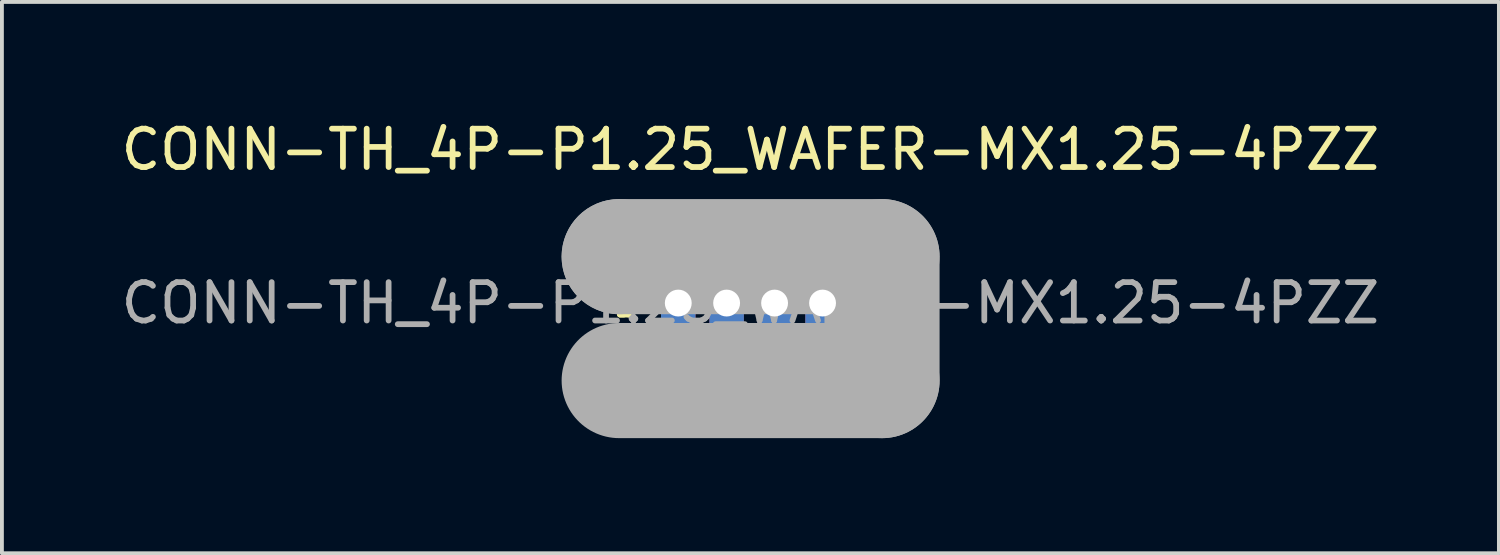
<source format=kicad_pcb>
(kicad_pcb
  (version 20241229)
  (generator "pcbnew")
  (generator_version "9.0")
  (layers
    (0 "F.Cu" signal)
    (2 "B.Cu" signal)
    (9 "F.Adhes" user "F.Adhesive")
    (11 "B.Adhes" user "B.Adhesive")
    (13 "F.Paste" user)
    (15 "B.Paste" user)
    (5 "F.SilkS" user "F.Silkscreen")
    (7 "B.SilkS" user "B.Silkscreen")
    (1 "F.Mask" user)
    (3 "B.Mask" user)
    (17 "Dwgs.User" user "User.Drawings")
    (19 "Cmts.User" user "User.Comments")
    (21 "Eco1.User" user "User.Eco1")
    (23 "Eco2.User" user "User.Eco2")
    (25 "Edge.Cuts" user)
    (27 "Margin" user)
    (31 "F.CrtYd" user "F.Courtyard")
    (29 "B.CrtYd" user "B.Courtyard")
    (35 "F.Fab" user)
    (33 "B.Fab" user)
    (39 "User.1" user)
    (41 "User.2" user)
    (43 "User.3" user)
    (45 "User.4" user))
  (footprint "CONN-TH_4P-P1.25_WAFER-MX1.25-4PZZ"
    (layer "F.Cu")
    (at 16.506 4.848)
    (property "Reference" "CONN-TH_4P-P1.25_WAFER-MX1.25-4PZZ" (at 0 -4 0) (layer "F.SilkS") (effects (font (size 1 1) (thickness 0.15))))
    (attr through_hole)
    (fp_line (start -3.43 0.77) (end -3.3 0.77) (stroke (width 0.15) (type solid)) (layer "F.SilkS"))
    (fp_line (start -3.4 0.3) (end -3.17 0.3) (stroke (width 0.15) (type solid)) (layer "F.SilkS"))
    (fp_line (start -3.3 0.3) (end -3.4 0.3) (stroke (width 0.15) (type solid)) (layer "F.SilkS"))
    (fp_line (start -3.3 0.77) (end -3.43 0.77) (stroke (width 0.15) (type solid)) (layer "F.SilkS"))
    (fp_line (start -3.3 0.77) (end -3.17 0.77) (stroke (width 0.15) (type solid)) (layer "F.SilkS"))
    (fp_line (start -3.17 -0.97) (end 0 -0.97) (stroke (width 0.15) (type solid)) (layer "F.SilkS"))
    (fp_line (start -3.17 0.3) (end -3.17 -0.97) (stroke (width 0.15) (type solid)) (layer "F.SilkS"))
    (fp_line (start -3.17 0.77) (end -3.17 1.78) (stroke (width 0.15) (type solid)) (layer "F.SilkS"))
    (fp_line (start -3.17 1.78) (end -2.66 1.78) (stroke (width 0.15) (type solid)) (layer "F.SilkS"))
    (fp_line (start -2.66 1.78) (end -2.66 1.91) (stroke (width 0.15) (type solid)) (layer "F.SilkS"))
    (fp_line (start 2.67 1.78) (end 2.67 1.91) (stroke (width 0.15) (type solid)) (layer "F.SilkS"))
    (fp_line (start 3.18 -0.97) (end 0 -0.97) (stroke (width 0.15) (type solid)) (layer "F.SilkS"))
    (fp_line (start 3.18 0.3) (end 3.18 -0.97) (stroke (width 0.15) (type solid)) (layer "F.SilkS"))
    (fp_line (start 3.18 0.77) (end 3.18 1.78) (stroke (width 0.15) (type solid)) (layer "F.SilkS"))
    (fp_line (start 3.18 1.78) (end 2.67 1.78) (stroke (width 0.15) (type solid)) (layer "F.SilkS"))
    (fp_line (start 3.3 0.3) (end 3.4 0.3) (stroke (width 0.15) (type solid)) (layer "F.SilkS"))
    (fp_line (start 3.31 0.77) (end 3.18 0.77) (stroke (width 0.15) (type solid)) (layer "F.SilkS"))
    (fp_line (start 3.31 0.77) (end 3.43 0.77) (stroke (width 0.15) (type solid)) (layer "F.SilkS"))
    (fp_line (start 3.4 0.3) (end 3.18 0.3) (stroke (width 0.15) (type solid)) (layer "F.SilkS"))
    (fp_line (start 3.43 0.77) (end 3.31 0.77) (stroke (width 0.15) (type solid)) (layer "F.SilkS"))
    (fp_line (start -3.42 -1.21) (end -3.42 -1.21) (stroke (width 3) (type solid)) (layer "F.Fab"))
    (fp_line (start -3.42 -1.21) (end 3.43 -1.21) (stroke (width 3) (type solid)) (layer "F.Fab"))
    (fp_line (start 3.43 -1.21) (end 3.43 2.02) (stroke (width 3) (type solid)) (layer "F.Fab"))
    (fp_line (start 3.43 2.02) (end -3.42 2.02) (stroke (width 3) (type solid)) (layer "F.Fab"))
    (fp_circle (center 3.45 -1.24) (end 3.48 -1.24) (stroke (width 0.06) (type solid)) (fill no) (layer "F.Fab"))
    (fp_text user "${REFERENCE}" (at 0 0 0) (layer "F.Fab") (effects (font (size 1 1) (thickness 0.15))))
    (pad "1" thru_hole rect (at 1.88 0) (size 0.9 1.5) (drill 0.7) (layers "*.Cu" "*.Mask"))
    (pad "2" thru_hole rect (at 0.63 0) (size 0.9 1.5) (drill 0.7) (layers "*.Cu" "*.Mask"))
    (pad "3" thru_hole rect (at -0.62 0) (size 0.9 1.5) (drill 0.7) (layers "*.Cu" "*.Mask"))
    (pad "4" thru_hole rect (at -1.88 0) (size 0.9 1.5) (drill 0.7) (layers "*.Cu" "*.Mask")))
  (gr_rect
    (start -3 -3)
    (end 36.012 11.368)
    (stroke (width 0.1) (type default))
    (fill no)
    (layer "Edge.Cuts")))
</source>
